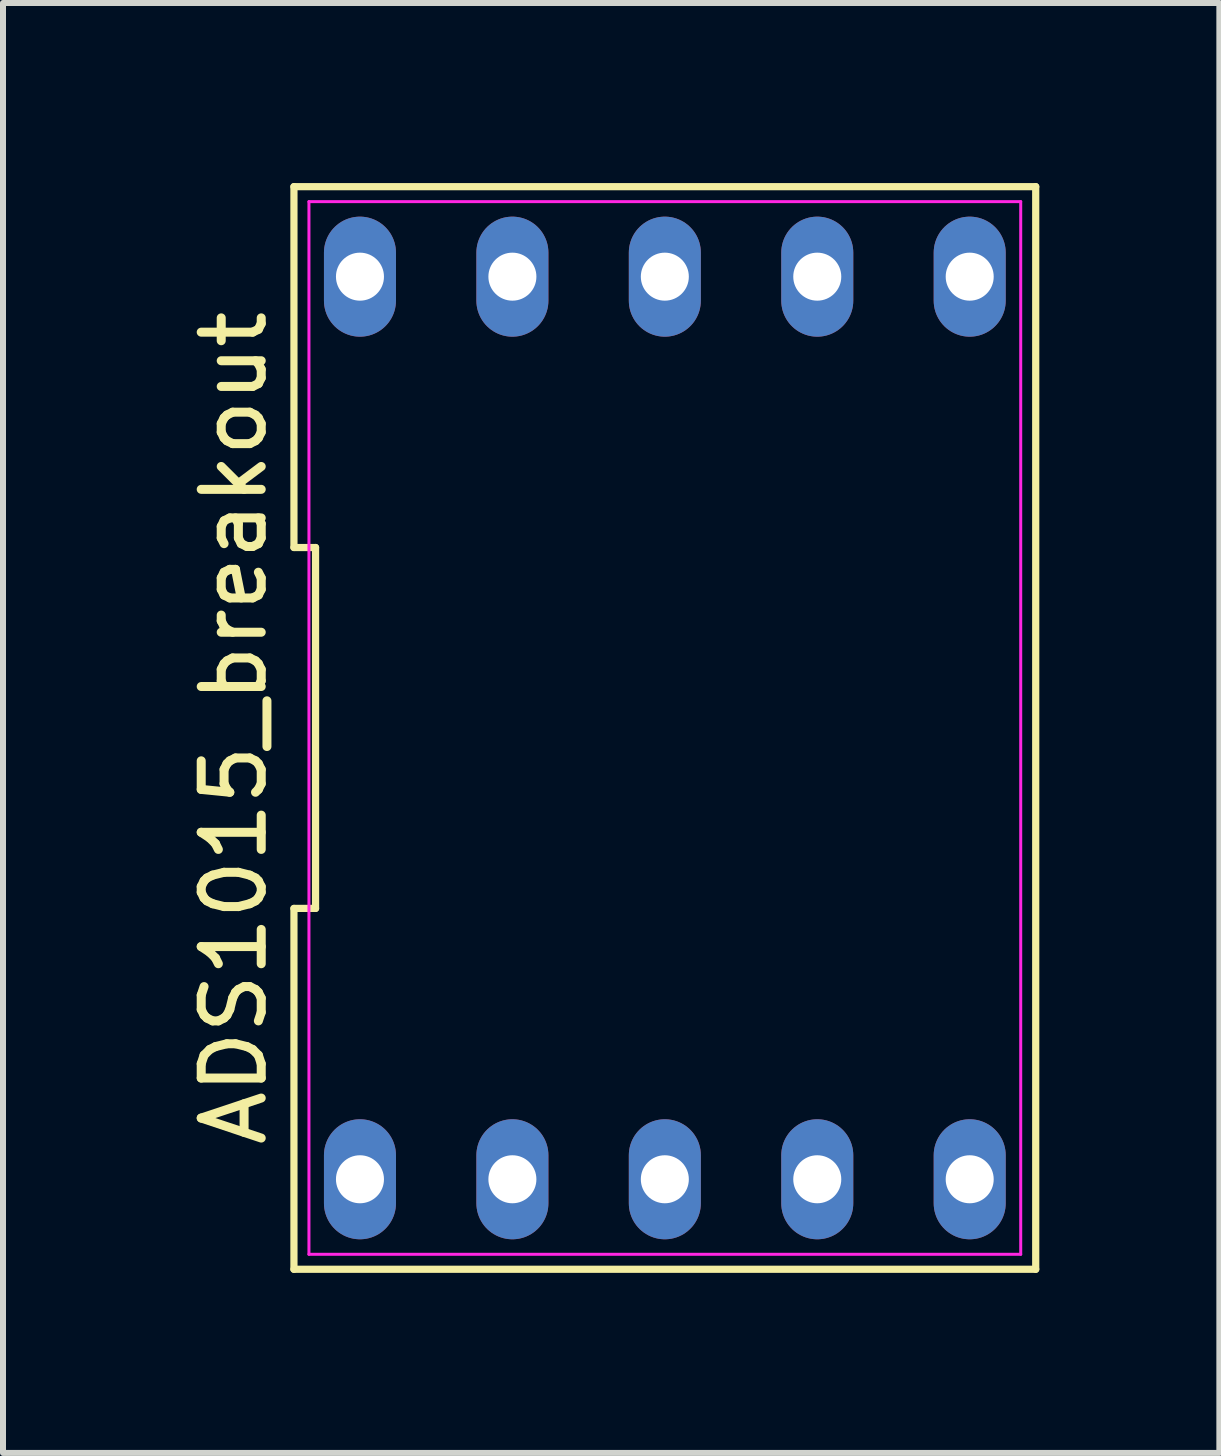
<source format=kicad_pcb>
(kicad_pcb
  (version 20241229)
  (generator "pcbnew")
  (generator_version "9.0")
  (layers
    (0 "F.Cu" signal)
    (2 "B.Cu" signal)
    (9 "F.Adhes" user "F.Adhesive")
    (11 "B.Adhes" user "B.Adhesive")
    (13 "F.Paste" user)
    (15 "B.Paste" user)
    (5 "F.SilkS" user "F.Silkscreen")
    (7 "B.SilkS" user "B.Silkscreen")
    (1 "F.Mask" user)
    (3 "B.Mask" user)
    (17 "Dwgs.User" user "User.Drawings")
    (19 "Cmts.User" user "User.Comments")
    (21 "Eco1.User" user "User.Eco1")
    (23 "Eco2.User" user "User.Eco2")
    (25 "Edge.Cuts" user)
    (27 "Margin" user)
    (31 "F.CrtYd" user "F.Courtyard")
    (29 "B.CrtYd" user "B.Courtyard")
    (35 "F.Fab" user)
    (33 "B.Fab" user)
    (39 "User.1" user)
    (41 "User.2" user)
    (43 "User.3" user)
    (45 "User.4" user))
  (footprint "ADS1015_breakout"
    (layer "F.Cu")
    (at 8.028 9.08)
    (property "Reference" "ADS1015_breakout" (at -7.18 0 90) (layer "F.SilkS") (effects (font (size 1 1) (thickness 0.15))))
    (attr through_hole)
    (fp_line (start -6.18 -3.007) (end -5.82 -3.007) (stroke (width 0.12) (type solid)) (layer "F.SilkS"))
    (fp_line (start -6.18 3.007) (end -6.18 9.02) (stroke (width 0.12) (type solid)) (layer "F.SilkS"))
    (fp_line (start -6.18 9.02) (end 6.18 9.02) (stroke (width 0.12) (type solid)) (layer "F.SilkS"))
    (fp_line (start -6.18 -9.02) (end -6.18 -3.007) (stroke (width 0.12) (type solid)) (layer "F.SilkS"))
    (fp_line (start -5.82 -3.007) (end -5.82 3.007) (stroke (width 0.12) (type solid)) (layer "F.SilkS"))
    (fp_line (start -5.82 3.007) (end -6.18 3.007) (stroke (width 0.12) (type solid)) (layer "F.SilkS"))
    (fp_line (start 6.18 9.02) (end 6.18 -9.02) (stroke (width 0.12) (type solid)) (layer "F.SilkS"))
    (fp_line (start 6.18 -9.02) (end -6.18 -9.02) (stroke (width 0.12) (type solid)) (layer "F.SilkS"))
    (fp_line (start -5.93 -8.77) (end 5.93 -8.77) (stroke (width 0.05) (type solid)) (layer "F.CrtYd"))
    (fp_line (start -5.93 8.77) (end -5.93 -8.77) (stroke (width 0.05) (type solid)) (layer "F.CrtYd"))
    (fp_line (start 5.93 -8.77) (end 5.93 8.77) (stroke (width 0.05) (type solid)) (layer "F.CrtYd"))
    (fp_line (start 5.93 8.77) (end -5.93 8.77) (stroke (width 0.05) (type solid)) (layer "F.CrtYd"))
    (pad "1" thru_hole oval (at -5.08 7.52) (size 1.2 2) (drill 0.8) (layers "*.Cu" "*.Mask"))
    (pad "2" thru_hole oval (at -2.54 7.52) (size 1.2 2) (drill 0.8) (layers "*.Cu" "*.Mask"))
    (pad "3" thru_hole oval (at 0 7.52) (size 1.2 2) (drill 0.8) (layers "*.Cu" "*.Mask"))
    (pad "4" thru_hole oval (at 2.54 7.52) (size 1.2 2) (drill 0.8) (layers "*.Cu" "*.Mask"))
    (pad "5" thru_hole oval (at 5.08 7.52) (size 1.2 2) (drill 0.8) (layers "*.Cu" "*.Mask"))
    (pad "6" thru_hole oval (at -5.08 -7.52) (size 1.2 2) (drill 0.8) (layers "*.Cu" "*.Mask"))
    (pad "7" thru_hole oval (at -2.54 -7.52) (size 1.2 2) (drill 0.8) (layers "*.Cu" "*.Mask"))
    (pad "8" thru_hole oval (at 0 -7.52) (size 1.2 2) (drill 0.8) (layers "*.Cu" "*.Mask"))
    (pad "9" thru_hole oval (at 2.54 -7.52) (size 1.2 2) (drill 0.8) (layers "*.Cu" "*.Mask"))
    (pad "10" thru_hole oval (at 5.08 -7.52) (size 1.2 2) (drill 0.8) (layers "*.Cu" "*.Mask")))
  (gr_rect
    (start -3 -3)
    (end 17.268 21.16)
    (stroke (width 0.1) (type default))
    (fill no)
    (layer "Edge.Cuts")))
</source>
